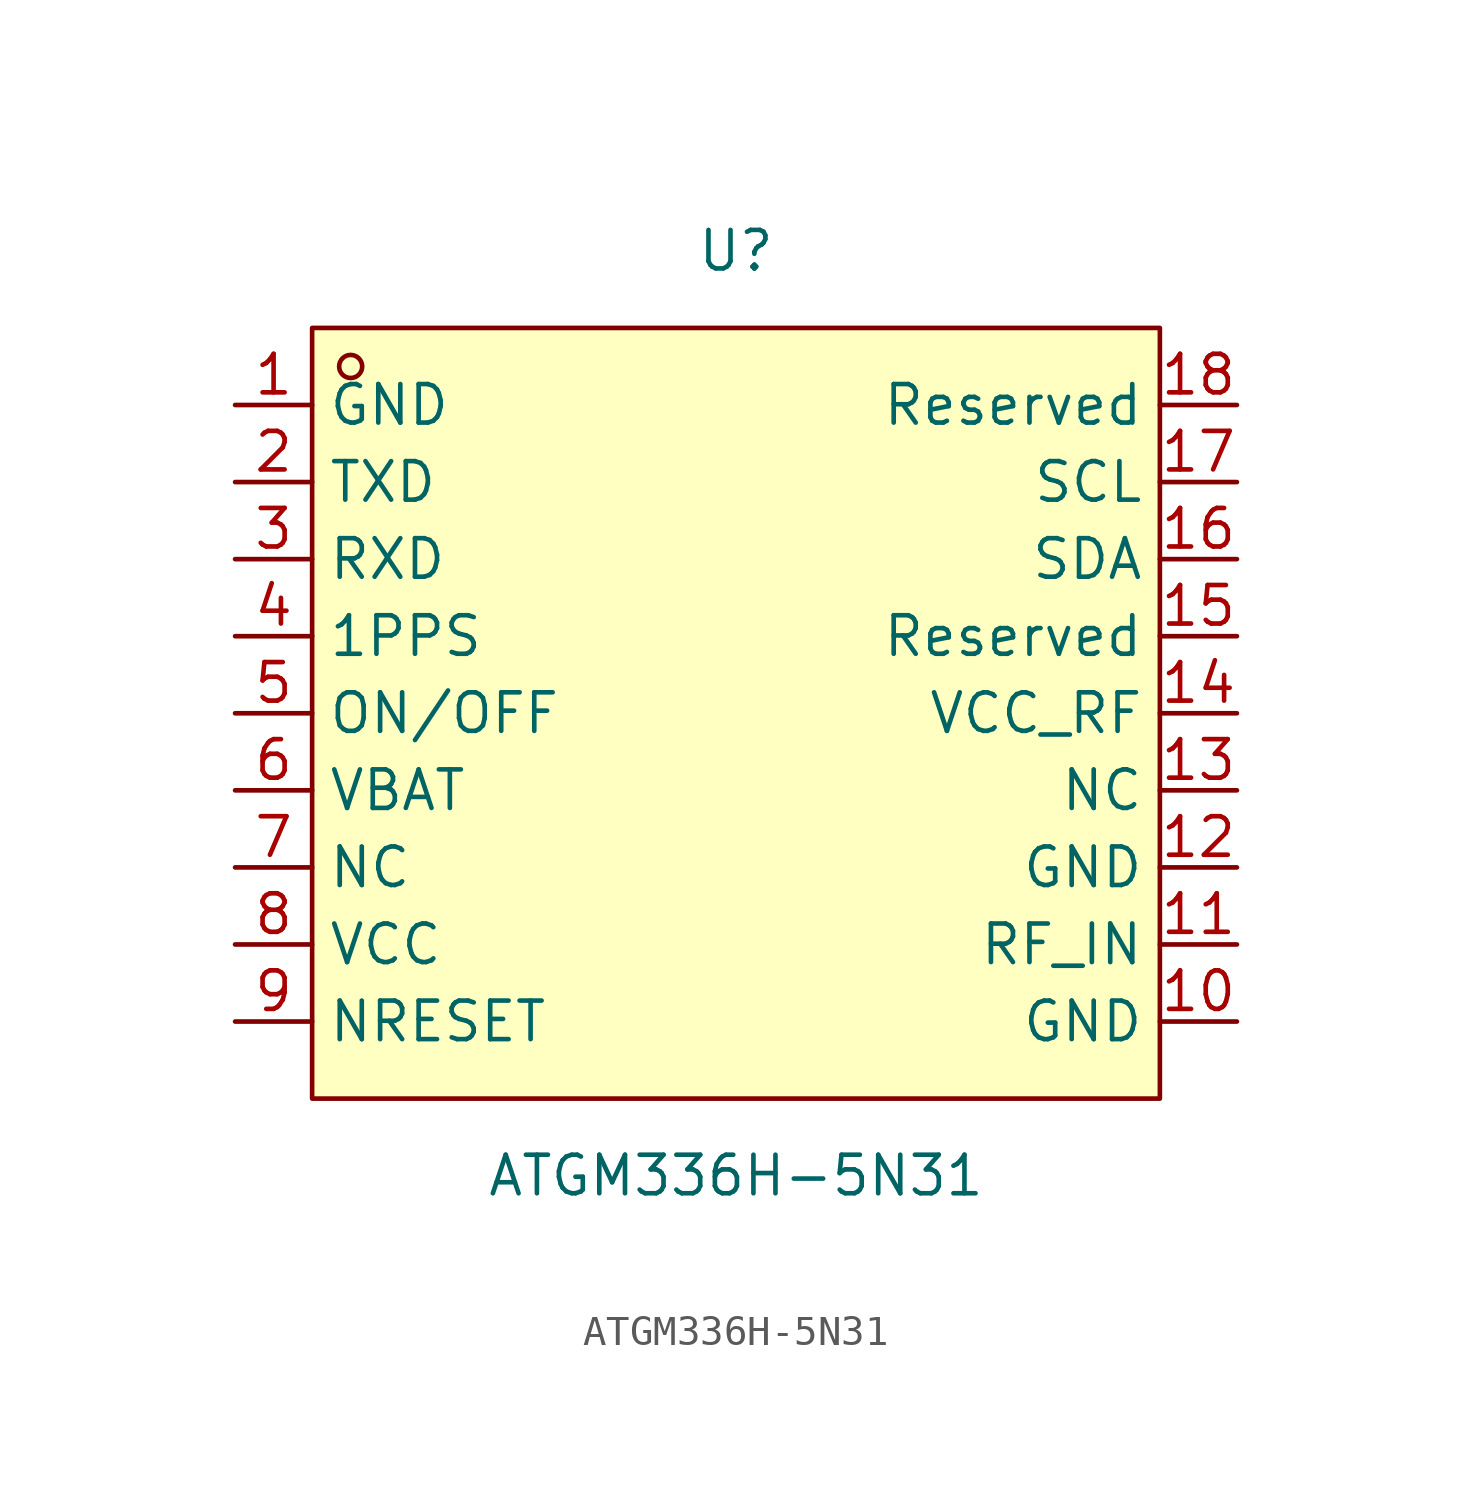
<source format=kicad_sym>
(kicad_symbol_lib
  (version 20211014)
  (generator https://github.com/uPesy/easyeda2kicad.py)
  (symbol "ATGM336H-5N31"
    (property "Reference" "U"
      (at 0 15.24 0)
      (effects (font (size 1.27 1.27))))
    (property "Value" "ATGM336H-5N31"
      (at 0 -15.24 0)
      (effects (font (size 1.27 1.27))))
    (symbol "ATGM336H-5N31_0_1"
      (rectangle (start -13.97 12.70) (end 13.97 -12.70) (stroke (width 0) (type default) (color 0 0 0 0)) (fill (type background)))
      (circle (center -12.70 11.43) (radius 0.38) (stroke (width 0) (type default) (color 0 0 0 0)) (fill (type none)))
      (pin unspecified line (at -16.51 10.16 0) (length 2.54) (name "GND" (effects (font (size 1.27 1.27)))) (number "1" (effects (font (size 1.27 1.27)))))
      (pin unspecified line (at -16.51 7.62 0) (length 2.54) (name "TXD" (effects (font (size 1.27 1.27)))) (number "2" (effects (font (size 1.27 1.27)))))
      (pin unspecified line (at -16.51 5.08 0) (length 2.54) (name "RXD" (effects (font (size 1.27 1.27)))) (number "3" (effects (font (size 1.27 1.27)))))
      (pin unspecified line (at -16.51 2.54 0) (length 2.54) (name "1PPS" (effects (font (size 1.27 1.27)))) (number "4" (effects (font (size 1.27 1.27)))))
      (pin unspecified line (at -16.51 -0.00 0) (length 2.54) (name "ON/OFF" (effects (font (size 1.27 1.27)))) (number "5" (effects (font (size 1.27 1.27)))))
      (pin unspecified line (at -16.51 -2.54 0) (length 2.54) (name "VBAT" (effects (font (size 1.27 1.27)))) (number "6" (effects (font (size 1.27 1.27)))))
      (pin unspecified line (at -16.51 -5.08 0) (length 2.54) (name "NC" (effects (font (size 1.27 1.27)))) (number "7" (effects (font (size 1.27 1.27)))))
      (pin unspecified line (at -16.51 -7.62 0) (length 2.54) (name "VCC" (effects (font (size 1.27 1.27)))) (number "8" (effects (font (size 1.27 1.27)))))
      (pin unspecified line (at -16.51 -10.16 0) (length 2.54) (name "NRESET" (effects (font (size 1.27 1.27)))) (number "9" (effects (font (size 1.27 1.27)))))
      (pin unspecified line (at 16.51 -10.16 180) (length 2.54) (name "GND" (effects (font (size 1.27 1.27)))) (number "10" (effects (font (size 1.27 1.27)))))
      (pin unspecified line (at 16.51 -7.62 180) (length 2.54) (name "RF_IN" (effects (font (size 1.27 1.27)))) (number "11" (effects (font (size 1.27 1.27)))))
      (pin unspecified line (at 16.51 -5.08 180) (length 2.54) (name "GND" (effects (font (size 1.27 1.27)))) (number "12" (effects (font (size 1.27 1.27)))))
      (pin unspecified line (at 16.51 -2.54 180) (length 2.54) (name "NC" (effects (font (size 1.27 1.27)))) (number "13" (effects (font (size 1.27 1.27)))))
      (pin unspecified line (at 16.51 -0.00 180) (length 2.54) (name "VCC_RF" (effects (font (size 1.27 1.27)))) (number "14" (effects (font (size 1.27 1.27)))))
      (pin unspecified line (at 16.51 2.54 180) (length 2.54) (name "Reserved" (effects (font (size 1.27 1.27)))) (number "15" (effects (font (size 1.27 1.27)))))
      (pin unspecified line (at 16.51 5.08 180) (length 2.54) (name "SDA" (effects (font (size 1.27 1.27)))) (number "16" (effects (font (size 1.27 1.27)))))
      (pin unspecified line (at 16.51 7.62 180) (length 2.54) (name "SCL" (effects (font (size 1.27 1.27)))) (number "17" (effects (font (size 1.27 1.27)))))
      (pin unspecified line (at 16.51 10.16 180) (length 2.54) (name "Reserved" (effects (font (size 1.27 1.27)))) (number "18" (effects (font (size 1.27 1.27))))))))
</source>
